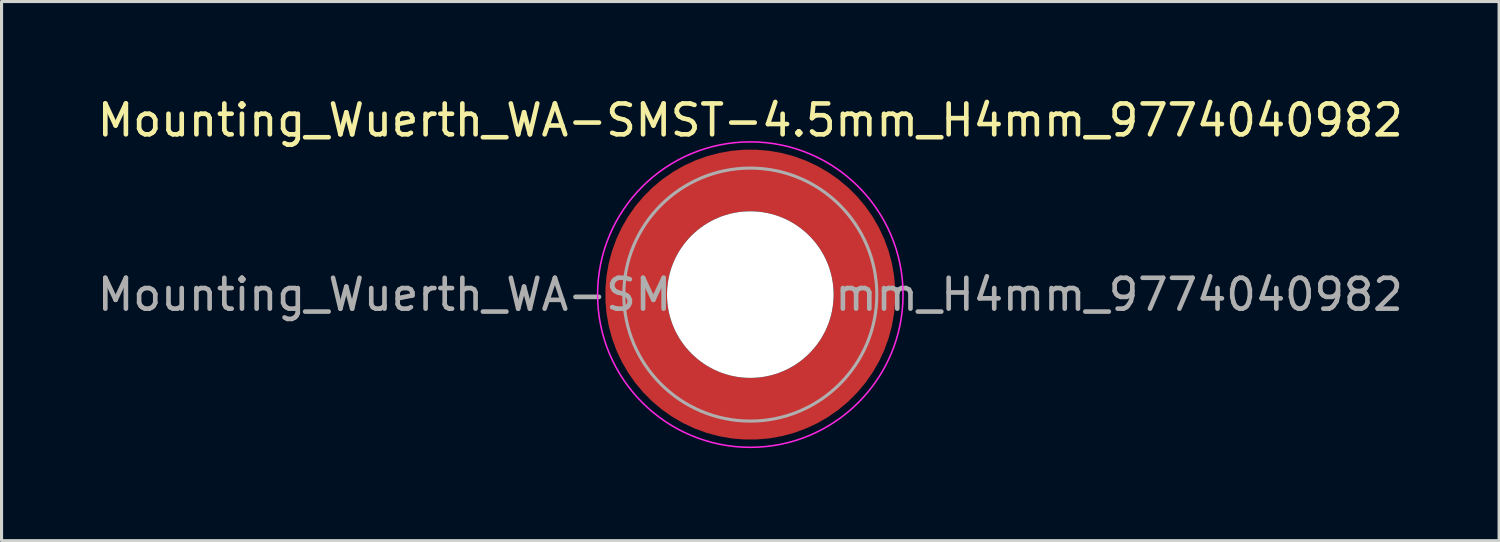
<source format=kicad_pcb>
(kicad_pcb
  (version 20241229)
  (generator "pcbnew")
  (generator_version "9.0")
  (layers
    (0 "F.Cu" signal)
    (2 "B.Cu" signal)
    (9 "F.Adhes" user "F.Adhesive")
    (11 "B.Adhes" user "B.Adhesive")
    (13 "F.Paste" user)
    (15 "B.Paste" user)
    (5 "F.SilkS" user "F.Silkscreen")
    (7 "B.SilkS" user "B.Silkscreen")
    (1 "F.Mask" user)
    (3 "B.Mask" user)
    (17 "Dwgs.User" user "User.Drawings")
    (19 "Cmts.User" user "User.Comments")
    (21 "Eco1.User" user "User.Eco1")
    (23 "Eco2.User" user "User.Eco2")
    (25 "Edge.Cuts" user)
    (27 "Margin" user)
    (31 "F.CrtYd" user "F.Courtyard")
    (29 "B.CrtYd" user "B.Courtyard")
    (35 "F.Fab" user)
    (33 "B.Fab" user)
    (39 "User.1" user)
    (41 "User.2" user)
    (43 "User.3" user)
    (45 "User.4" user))
  (footprint "Mounting_Wuerth_WA-SMST-4.5mm_H4mm_9774040982"
    (layer "F.Cu")
    (at 21.268 6.498)
    (property "Reference" "Mounting_Wuerth_WA-SMST-4.5mm_H4mm_9774040982" (at 0 -5.65 0) (layer "F.SilkS") (effects (font (size 1 1) (thickness 0.15))))
    (attr smd)
    (fp_circle (center 0 0) (end 4.95 0) (stroke (width 0.05) (type solid)) (fill no) (layer "F.CrtYd"))
    (fp_circle (center 0 0) (end 4.1 0) (stroke (width 0.1) (type solid)) (fill no) (layer "F.Fab"))
    (fp_text user "${REFERENCE}" (at 0 0 0) (layer "F.Fab") (effects (font (size 1 1) (thickness 0.15))))
    (pad "" smd custom (at -2.607 -2.607) (size 1.495 1.495) (layers "F.Paste") (options (anchor circle)) (primitives (gr_arc (start -0.188183 2.107456) (mid 0.598928 0.599619) (end 2.106494 -0.188011) (width 0.2)) (gr_arc (start -0.289416 2.107456) (mid 0.528508 0.529033) (end 2.106724 -0.28929) (width 0.2)) (gr_arc (start -0.390547 2.107456) (mid 0.457087 0.459449) (end 2.104161 -0.389996) (width 0.2)) (gr_arc (start -0.491585 2.107456) (mid 0.386415 0.389116) (end 2.103685 -0.490974) (width 0.2)) (gr_arc (start -0.59254 2.107456) (mid 0.31649 0.318035) (end 2.105297 -0.592202) (width 0.2)) (gr_arc (start -0.693419 2.107456) (mid 0.245252 0.248268) (end 2.103239 -0.692777) (width 0.2)) (gr_arc (start -0.794229 2.107456) (mid 0.174636 0.177878) (end 2.102921 -0.793559) (width 0.2)) (gr_arc (start -0.894975 2.107456) (mid 0.104643 0.106866) (end 2.104343 -0.894529) (width 0.2)) (gr_arc (start -0.995664 2.107456) (mid 0.033026 0.037479) (end 2.101219 -0.994793) (width 0.2)) (gr_arc (start -1.0963 2.107456) (mid -0.035789 -0.034714) (end 2.105949 -1.096096) (width 0.2)) (gr_arc (start -1.196886 2.107456) (mid -0.106351 -0.105157) (end 2.105783 -1.196666) (width 0.2)) (gr_arc (start -1.297427 2.107456) (mid -0.176416 -0.176097) (end 2.107009 -1.29737) (width 0.2)) (gr_arc (start -1.397927 2.107456) (mid -0.248476 -0.245042) (end 2.102638 -1.397323) (width 0.2)) (gr_arc (start -1.498388 2.107456) (mid -0.317612 -0.316913) (end 2.106475 -1.498268) (width 0.2)) (gr_arc (start -1.598813 2.107456) (mid -0.388865 -0.386665) (end 2.104366 -1.598444) (width 0.2)) (gr_arc (start -1.699204 2.107456) (mid -0.459747 -0.456787) (end 2.103299 -1.698719) (width 0.2)) (gr_arc (start -1.799565 2.107456) (mid -0.530257 -0.527283) (end 2.103277 -1.799089) (width 0.2)) (gr_arc (start -1.899896 2.107456) (mid -0.600396 -0.59815) (end 2.104299 -1.899545) (width 0.2)) (gr_arc (start -1.899896 2.107456) (mid -0.600396 -0.59815) (end 2.104299 -1.899545) (width 0.2)) (gr_line (start 2.107 -0.188) (end 2.107 -1.9) (width 0.2)) (gr_line (start -0.188 2.107) (end -1.9 2.107) (width 0.2))))
    (pad "" smd custom (at -2.607 2.607) (size 1.495 1.495) (layers "F.Paste") (options (anchor circle)) (primitives (gr_arc (start 2.107456 0.188183) (mid 0.599619 -0.598928) (end -0.188011 -2.106494) (width 0.2)) (gr_arc (start 2.107456 0.289416) (mid 0.529033 -0.528508) (end -0.28929 -2.106724) (width 0.2)) (gr_arc (start 2.107456 0.390547) (mid 0.459449 -0.457087) (end -0.389996 -2.104161) (width 0.2)) (gr_arc (start 2.107456 0.491585) (mid 0.389116 -0.386415) (end -0.490974 -2.103685) (width 0.2)) (gr_arc (start 2.107456 0.59254) (mid 0.318035 -0.31649) (end -0.592202 -2.105297) (width 0.2)) (gr_arc (start 2.107456 0.693419) (mid 0.248268 -0.245252) (end -0.692777 -2.103239) (width 0.2)) (gr_arc (start 2.107456 0.794229) (mid 0.177878 -0.174636) (end -0.793559 -2.102921) (width 0.2)) (gr_arc (start 2.107456 0.894975) (mid 0.106866 -0.104643) (end -0.894529 -2.104343) (width 0.2)) (gr_arc (start 2.107456 0.995664) (mid 0.037479 -0.033026) (end -0.994793 -2.101219) (width 0.2)) (gr_arc (start 2.107456 1.0963) (mid -0.034714 0.035789) (end -1.096096 -2.105949) (width 0.2)) (gr_arc (start 2.107456 1.196886) (mid -0.105157 0.106351) (end -1.196666 -2.105783) (width 0.2)) (gr_arc (start 2.107456 1.297427) (mid -0.176097 0.176416) (end -1.29737 -2.107009) (width 0.2)) (gr_arc (start 2.107456 1.397927) (mid -0.245042 0.248476) (end -1.397323 -2.102638) (width 0.2)) (gr_arc (start 2.107456 1.498388) (mid -0.316913 0.317612) (end -1.498268 -2.106475) (width 0.2)) (gr_arc (start 2.107456 1.598813) (mid -0.386665 0.388865) (end -1.598444 -2.104366) (width 0.2)) (gr_arc (start 2.107456 1.699204) (mid -0.456787 0.459747) (end -1.698719 -2.103299) (width 0.2)) (gr_arc (start 2.107456 1.799565) (mid -0.527283 0.530257) (end -1.799089 -2.103277) (width 0.2)) (gr_arc (start 2.107456 1.899896) (mid -0.59815 0.600396) (end -1.899545 -2.104299) (width 0.2)) (gr_arc (start 2.107456 1.899896) (mid -0.59815 0.600396) (end -1.899545 -2.104299) (width 0.2)) (gr_line (start -0.188 -2.107) (end -1.9 -2.107) (width 0.2)) (gr_line (start 2.107 0.188) (end 2.107 1.9) (width 0.2))))
    (pad "" np_thru_hole circle (at 0 0) (size 5.4 5.4) (drill 5.4) (layers "*.Cu" "*.Mask"))
    (pad "" smd custom (at 2.607 -2.607) (size 1.495 1.495) (layers "F.Paste") (options (anchor circle)) (primitives (gr_arc (start -2.107456 -0.188183) (mid -0.599619 0.598928) (end 0.188011 2.106494) (width 0.2)) (gr_arc (start -2.107456 -0.289416) (mid -0.529033 0.528508) (end 0.28929 2.106724) (width 0.2)) (gr_arc (start -2.107456 -0.390547) (mid -0.459449 0.457087) (end 0.389996 2.104161) (width 0.2)) (gr_arc (start -2.107456 -0.491585) (mid -0.389116 0.386415) (end 0.490974 2.103685) (width 0.2)) (gr_arc (start -2.107456 -0.59254) (mid -0.318035 0.31649) (end 0.592202 2.105297) (width 0.2)) (gr_arc (start -2.107456 -0.693419) (mid -0.248268 0.245252) (end 0.692777 2.103239) (width 0.2)) (gr_arc (start -2.107456 -0.794229) (mid -0.177878 0.174636) (end 0.793559 2.102921) (width 0.2)) (gr_arc (start -2.107456 -0.894975) (mid -0.106866 0.104643) (end 0.894529 2.104343) (width 0.2)) (gr_arc (start -2.107456 -0.995664) (mid -0.037479 0.033026) (end 0.994793 2.101219) (width 0.2)) (gr_arc (start -2.107456 -1.0963) (mid 0.034714 -0.035789) (end 1.096096 2.105949) (width 0.2)) (gr_arc (start -2.107456 -1.196886) (mid 0.105157 -0.106351) (end 1.196666 2.105783) (width 0.2)) (gr_arc (start -2.107456 -1.297427) (mid 0.176097 -0.176416) (end 1.29737 2.107009) (width 0.2)) (gr_arc (start -2.107456 -1.397927) (mid 0.245042 -0.248476) (end 1.397323 2.102638) (width 0.2)) (gr_arc (start -2.107456 -1.498388) (mid 0.316913 -0.317612) (end 1.498268 2.106475) (width 0.2)) (gr_arc (start -2.107456 -1.598813) (mid 0.386665 -0.388865) (end 1.598444 2.104366) (width 0.2)) (gr_arc (start -2.107456 -1.699204) (mid 0.456787 -0.459747) (end 1.698719 2.103299) (width 0.2)) (gr_arc (start -2.107456 -1.799565) (mid 0.527283 -0.530257) (end 1.799089 2.103277) (width 0.2)) (gr_arc (start -2.107456 -1.899896) (mid 0.59815 -0.600396) (end 1.899545 2.104299) (width 0.2)) (gr_arc (start -2.107456 -1.899896) (mid 0.59815 -0.600396) (end 1.899545 2.104299) (width 0.2)) (gr_line (start 0.188 2.107) (end 1.9 2.107) (width 0.2)) (gr_line (start -2.107 -0.188) (end -2.107 -1.9) (width 0.2))))
    (pad "" smd custom (at 2.607 2.607) (size 1.495 1.495) (layers "F.Paste") (options (anchor circle)) (primitives (gr_arc (start 0.188183 -2.107456) (mid -0.598928 -0.599619) (end -2.106494 0.188011) (width 0.2)) (gr_arc (start 0.289416 -2.107456) (mid -0.528508 -0.529033) (end -2.106724 0.28929) (width 0.2)) (gr_arc (start 0.390547 -2.107456) (mid -0.457087 -0.459449) (end -2.104161 0.389996) (width 0.2)) (gr_arc (start 0.491585 -2.107456) (mid -0.386415 -0.389116) (end -2.103685 0.490974) (width 0.2)) (gr_arc (start 0.59254 -2.107456) (mid -0.31649 -0.318035) (end -2.105297 0.592202) (width 0.2)) (gr_arc (start 0.693419 -2.107456) (mid -0.245252 -0.248268) (end -2.103239 0.692777) (width 0.2)) (gr_arc (start 0.794229 -2.107456) (mid -0.174636 -0.177878) (end -2.102921 0.793559) (width 0.2)) (gr_arc (start 0.894975 -2.107456) (mid -0.104643 -0.106866) (end -2.104343 0.894529) (width 0.2)) (gr_arc (start 0.995664 -2.107456) (mid -0.033026 -0.037479) (end -2.101219 0.994793) (width 0.2)) (gr_arc (start 1.0963 -2.107456) (mid 0.035789 0.034714) (end -2.105949 1.096096) (width 0.2)) (gr_arc (start 1.196886 -2.107456) (mid 0.106351 0.105157) (end -2.105783 1.196666) (width 0.2)) (gr_arc (start 1.297427 -2.107456) (mid 0.176416 0.176097) (end -2.107009 1.29737) (width 0.2)) (gr_arc (start 1.397927 -2.107456) (mid 0.248476 0.245042) (end -2.102638 1.397323) (width 0.2)) (gr_arc (start 1.498388 -2.107456) (mid 0.317612 0.316913) (end -2.106475 1.498268) (width 0.2)) (gr_arc (start 1.598813 -2.107456) (mid 0.388865 0.386665) (end -2.104366 1.598444) (width 0.2)) (gr_arc (start 1.699204 -2.107456) (mid 0.459747 0.456787) (end -2.103299 1.698719) (width 0.2)) (gr_arc (start 1.799565 -2.107456) (mid 0.530257 0.527283) (end -2.103277 1.799089) (width 0.2)) (gr_arc (start 1.899896 -2.107456) (mid 0.600396 0.59815) (end -2.104299 1.899545) (width 0.2)) (gr_arc (start 1.899896 -2.107456) (mid 0.600396 0.59815) (end -2.104299 1.899545) (width 0.2)) (gr_line (start -2.107 0.188) (end -2.107 1.9) (width 0.2)) (gr_line (start 0.188 -2.107) (end 1.9 -2.107) (width 0.2))))
    (pad "1" smd circle (at -3.7 0) (size 1.6 1.6) (layers "F.Cu"))
    (pad "1" smd circle (at 0 -3.7) (size 1.6 1.6) (layers "F.Cu"))
    (pad "1" smd circle (at 0 3.7) (size 1.6 1.6) (layers "F.Cu"))
    (pad "1" smd custom (at 3.7 0) (size 1.6 1.6) (layers "F.Cu" "F.Mask") (options (anchor circle)) (primitives (gr_circle (center -3.7 0) (end 0 0) (width 2) (fill no)))))
  (gr_rect
    (start -3 -3)
    (end 45.536 14.473)
    (stroke (width 0.1) (type default))
    (fill no)
    (layer "Edge.Cuts")))
</source>
